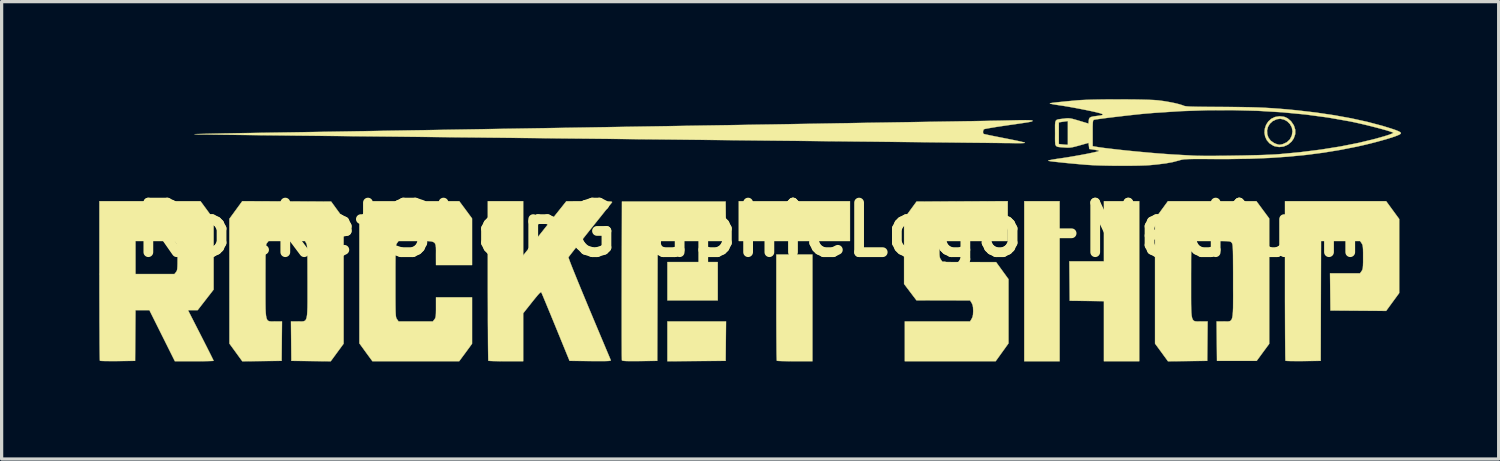
<source format=kicad_pcb>
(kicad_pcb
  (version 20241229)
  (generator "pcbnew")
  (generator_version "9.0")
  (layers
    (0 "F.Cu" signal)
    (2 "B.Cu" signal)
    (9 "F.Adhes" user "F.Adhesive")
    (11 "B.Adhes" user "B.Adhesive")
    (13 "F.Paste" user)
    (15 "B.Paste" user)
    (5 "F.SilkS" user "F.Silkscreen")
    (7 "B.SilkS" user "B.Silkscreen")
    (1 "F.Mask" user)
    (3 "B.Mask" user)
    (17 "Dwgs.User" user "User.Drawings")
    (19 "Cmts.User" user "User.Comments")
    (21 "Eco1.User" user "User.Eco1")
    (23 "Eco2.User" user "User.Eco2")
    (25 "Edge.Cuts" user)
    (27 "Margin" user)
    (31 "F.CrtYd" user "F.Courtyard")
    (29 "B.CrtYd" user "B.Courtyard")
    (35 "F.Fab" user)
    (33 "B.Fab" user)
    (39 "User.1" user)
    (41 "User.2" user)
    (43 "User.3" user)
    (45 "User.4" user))
  (footprint "RocketShopGraphicLogo-Medium"
    (layer "F.Cu")
    (at 19.979 4.011)
    (property "Reference" "RocketShopGraphicLogo-Medium" (at 0 0 0) (layer "F.SilkS") (effects (font (size 1.524 1.524) (thickness 0.3))))
    (attr through_hole)
    (fp_poly (pts (xy -0.97 2.171) (xy -2.517 2.171) (xy -2.517 0.993) (xy -0.97 0.993) (xy -0.97 2.171)) (stroke (width 0.01) (type solid)) (fill yes) (layer "F.SilkS"))
    (fp_poly (pts (xy -0.727 4.029) (xy -2.517 4.041) (xy -2.517 2.817) (xy -0.715 2.817) (xy -0.727 4.029)) (stroke (width 0.01) (type solid)) (fill yes) (layer "F.SilkS"))
    (fp_poly (pts (xy 3.094 0.346) (xy -0.323 0.346) (xy -0.323 -0.877) (xy 3.094 -0.877) (xy 3.094 0.346)) (stroke (width 0.01) (type solid)) (fill yes) (layer "F.SilkS"))
    (fp_poly (pts (xy 9.537 4.041) (xy 8.451 4.041) (xy 8.451 -0.877) (xy 9.537 -0.877) (xy 9.537 4.041)) (stroke (width 0.01) (type solid)) (fill yes) (layer "F.SilkS"))
    (fp_poly (pts (xy 11.984 4.041) (xy 10.899 4.041) (xy 10.899 2.195) (xy 10.374 2.188) (xy 9.848 2.182) (xy 9.842 1.576) (xy 9.836 0.97) (xy 10.899 0.97) (xy 10.899 -0.877) (xy 11.984 -0.877) (xy 11.984 4.041)) (stroke (width 0.01) (type solid)) (fill yes) (layer "F.SilkS"))
    (fp_poly (pts (xy 1.94 4.041) (xy 1.401 4.041) (xy 1.248 4.04) (xy 1.11 4.038) (xy 0.995 4.036) (xy 0.908 4.032) (xy 0.857 4.028) (xy 0.847 4.026) (xy 0.844 4) (xy 0.842 3.933) (xy 0.839 3.827) (xy 0.837 3.685) (xy 0.836 3.513) (xy 0.834 3.313) (xy 0.833 3.089) (xy 0.832 2.845) (xy 0.831 2.585) (xy 0.831 2.386) (xy 0.831 0.762) (xy 1.94 0.762) (xy 1.94 4.041)) (stroke (width 0.01) (type solid)) (fill yes) (layer "F.SilkS"))
    (fp_poly (pts (xy -0.715 0.346) (xy -2.817 0.346) (xy -2.829 4.029) (xy -3.366 4.036) (xy -3.546 4.037) (xy -3.684 4.037) (xy -3.786 4.035) (xy -3.855 4.03) (xy -3.896 4.024) (xy -3.914 4.015) (xy -3.915 4.012) (xy -3.916 3.986) (xy -3.917 3.916) (xy -3.919 3.806) (xy -3.919 3.659) (xy -3.92 3.479) (xy -3.921 3.267) (xy -3.921 3.028) (xy -3.921 2.764) (xy -3.921 2.478) (xy -3.921 2.174) (xy -3.92 1.854) (xy -3.92 1.559) (xy -3.914 -0.866) (xy -0.727 -0.866) (xy -0.715 0.346)) (stroke (width 0.01) (type solid)) (fill yes) (layer "F.SilkS"))
    (fp_poly (pts (xy 7.943 0.346) (xy 5.943 0.346) (xy 5.893 0.415) (xy 5.866 0.458) (xy 5.851 0.51) (xy 5.843 0.582) (xy 5.842 0.67) (xy 5.844 0.77) (xy 5.852 0.839) (xy 5.869 0.888) (xy 5.893 0.925) (xy 5.943 0.993) (xy 6.764 0.994) (xy 7.585 0.995) (xy 7.966 1.52) (xy 7.966 3.491) (xy 7.769 3.766) (xy 7.571 4.041) (xy 4.78 4.041) (xy 4.78 2.817) (xy 6.785 2.817) (xy 6.833 2.739) (xy 6.861 2.68) (xy 6.876 2.608) (xy 6.881 2.508) (xy 6.881 2.494) (xy 6.877 2.389) (xy 6.864 2.315) (xy 6.837 2.255) (xy 6.833 2.248) (xy 6.785 2.171) (xy 5.961 2.17) (xy 5.138 2.169) (xy 4.947 1.917) (xy 4.757 1.666) (xy 4.757 -0.341) (xy 5.14 -0.866) (xy 6.542 -0.872) (xy 7.943 -0.878) (xy 7.943 0.346)) (stroke (width 0.01) (type solid)) (fill yes) (layer "F.SilkS"))
    (fp_poly (pts (xy 19.974 -0.329) (xy 19.974 1.944) (xy 19.572 2.494) (xy 18.716 2.488) (xy 17.861 2.482) (xy 17.855 1.911) (xy 17.848 1.339) (xy 18.77 1.339) (xy 18.818 1.272) (xy 18.836 1.243) (xy 18.849 1.209) (xy 18.857 1.162) (xy 18.862 1.095) (xy 18.865 0.998) (xy 18.865 0.865) (xy 18.865 0.843) (xy 18.865 0.704) (xy 18.863 0.603) (xy 18.858 0.532) (xy 18.85 0.482) (xy 18.838 0.447) (xy 18.82 0.418) (xy 18.818 0.413) (xy 18.77 0.346) (xy 17.572 0.346) (xy 17.561 4.029) (xy 17.028 4.036) (xy 16.876 4.037) (xy 16.739 4.036) (xy 16.624 4.035) (xy 16.539 4.032) (xy 16.489 4.028) (xy 16.48 4.026) (xy 16.477 4.001) (xy 16.475 3.933) (xy 16.473 3.825) (xy 16.472 3.68) (xy 16.47 3.501) (xy 16.468 3.291) (xy 16.467 3.052) (xy 16.466 2.789) (xy 16.465 2.504) (xy 16.464 2.2) (xy 16.464 1.88) (xy 16.464 1.566) (xy 16.464 -0.877) (xy 19.573 -0.877) (xy 19.974 -0.329)) (stroke (width 0.01) (type solid)) (fill yes) (layer "F.SilkS"))
    (fp_poly (pts (xy 16.434 -3.473) (xy 16.543 -3.426) (xy 16.642 -3.341) (xy 16.653 -3.33) (xy 16.737 -3.206) (xy 16.779 -3.074) (xy 16.778 -2.939) (xy 16.733 -2.808) (xy 16.665 -2.709) (xy 16.554 -2.615) (xy 16.424 -2.559) (xy 16.285 -2.542) (xy 16.145 -2.567) (xy 16.104 -2.584) (xy 15.987 -2.658) (xy 15.904 -2.755) (xy 15.853 -2.867) (xy 15.834 -2.987) (xy 15.84 -3.05) (xy 15.913 -3.05) (xy 15.918 -2.937) (xy 15.955 -2.831) (xy 16.025 -2.737) (xy 16.128 -2.665) (xy 16.179 -2.643) (xy 16.247 -2.62) (xy 16.295 -2.612) (xy 16.344 -2.619) (xy 16.4 -2.633) (xy 16.521 -2.689) (xy 16.615 -2.778) (xy 16.674 -2.893) (xy 16.695 -3.025) (xy 16.674 -3.144) (xy 16.617 -3.248) (xy 16.533 -3.332) (xy 16.429 -3.388) (xy 16.315 -3.411) (xy 16.211 -3.397) (xy 16.089 -3.341) (xy 15.999 -3.259) (xy 15.94 -3.159) (xy 15.913 -3.05) (xy 15.84 -3.05) (xy 15.845 -3.108) (xy 15.884 -3.224) (xy 15.95 -3.326) (xy 16.041 -3.409) (xy 16.155 -3.465) (xy 16.292 -3.487) (xy 16.302 -3.487) (xy 16.434 -3.473)) (stroke (width 0.01) (type solid)) (fill yes) (layer "F.SilkS"))
    (fp_poly (pts (xy -8.717 -0.612) (xy -8.521 -0.346) (xy -8.521 1.085) (xy -9.629 1.085) (xy -9.63 0.768) (xy -9.629 0.642) (xy -9.631 0.543) (xy -9.64 0.47) (xy -9.661 0.417) (xy -9.699 0.382) (xy -9.759 0.36) (xy -9.848 0.35) (xy -9.969 0.346) (xy -10.127 0.346) (xy -10.249 0.346) (xy -10.78 0.346) (xy -10.828 0.413) (xy -10.839 0.43) (xy -10.848 0.449) (xy -10.856 0.475) (xy -10.862 0.511) (xy -10.866 0.562) (xy -10.87 0.631) (xy -10.872 0.724) (xy -10.874 0.843) (xy -10.875 0.994) (xy -10.876 1.179) (xy -10.876 1.404) (xy -10.876 1.582) (xy -10.876 1.836) (xy -10.876 2.048) (xy -10.875 2.222) (xy -10.874 2.362) (xy -10.872 2.472) (xy -10.869 2.557) (xy -10.865 2.62) (xy -10.86 2.666) (xy -10.854 2.698) (xy -10.845 2.721) (xy -10.836 2.739) (xy -10.828 2.75) (xy -10.78 2.817) (xy -9.725 2.817) (xy -9.677 2.756) (xy -9.657 2.727) (xy -9.644 2.692) (xy -9.635 2.643) (xy -9.631 2.571) (xy -9.629 2.466) (xy -9.629 2.387) (xy -9.629 2.078) (xy -8.521 2.078) (xy -8.521 3.501) (xy -8.594 3.603) (xy -8.644 3.671) (xy -8.709 3.76) (xy -8.777 3.852) (xy -8.793 3.873) (xy -8.917 4.041) (xy -11.583 4.041) (xy -11.784 3.766) (xy -11.984 3.491) (xy -11.984 -0.329) (xy -11.784 -0.603) (xy -11.583 -0.877) (xy -8.914 -0.877) (xy -8.717 -0.612)) (stroke (width 0.01) (type solid)) (fill yes) (layer "F.SilkS"))
    (fp_poly (pts (xy -16.665 -0.602) (xy -16.464 -0.327) (xy -16.464 1.839) (xy -16.955 2.471) (xy -17.252 2.471) (xy -16.858 3.242) (xy -16.769 3.417) (xy -16.687 3.578) (xy -16.615 3.721) (xy -16.554 3.842) (xy -16.507 3.937) (xy -16.476 4) (xy -16.464 4.027) (xy -16.464 4.027) (xy -16.486 4.031) (xy -16.548 4.034) (xy -16.644 4.037) (xy -16.768 4.039) (xy -16.914 4.041) (xy -17.059 4.041) (xy -17.654 4.041) (xy -18.438 2.471) (xy -18.865 2.471) (xy -18.877 4.029) (xy -19.409 4.036) (xy -19.562 4.037) (xy -19.699 4.036) (xy -19.813 4.035) (xy -19.898 4.032) (xy -19.948 4.028) (xy -19.958 4.026) (xy -19.96 4.001) (xy -19.962 3.933) (xy -19.964 3.825) (xy -19.966 3.68) (xy -19.968 3.501) (xy -19.969 3.291) (xy -19.97 3.052) (xy -19.972 2.789) (xy -19.972 2.504) (xy -19.973 2.2) (xy -19.974 1.88) (xy -19.974 1.566) (xy -19.974 0.346) (xy -18.865 0.346) (xy -18.865 1.362) (xy -17.668 1.362) (xy -17.62 1.302) (xy -17.602 1.275) (xy -17.589 1.245) (xy -17.581 1.202) (xy -17.576 1.138) (xy -17.573 1.047) (xy -17.572 0.921) (xy -17.572 0.861) (xy -17.573 0.718) (xy -17.575 0.613) (xy -17.579 0.54) (xy -17.586 0.488) (xy -17.597 0.452) (xy -17.613 0.423) (xy -17.62 0.413) (xy -17.668 0.346) (xy -18.865 0.346) (xy -19.974 0.346) (xy -19.974 -0.877) (xy -16.867 -0.877) (xy -16.665 -0.602)) (stroke (width 0.01) (type solid)) (fill yes) (layer "F.SilkS"))
    (fp_poly (pts (xy -14.217 -0.872) (xy -12.852 -0.866) (xy -12.661 -0.603) (xy -12.469 -0.341) (xy -12.469 3.502) (xy -12.865 4.042) (xy -13.47 4.036) (xy -14.074 4.029) (xy -14.086 2.817) (xy -13.88 2.817) (xy -13.813 2.818) (xy -13.757 2.819) (xy -13.711 2.816) (xy -13.673 2.805) (xy -13.643 2.783) (xy -13.62 2.746) (xy -13.603 2.691) (xy -13.591 2.614) (xy -13.584 2.511) (xy -13.579 2.379) (xy -13.577 2.214) (xy -13.577 2.012) (xy -13.577 1.77) (xy -13.577 1.588) (xy -13.578 1.331) (xy -13.578 1.116) (xy -13.579 0.939) (xy -13.58 0.797) (xy -13.583 0.684) (xy -13.586 0.597) (xy -13.59 0.532) (xy -13.595 0.485) (xy -13.602 0.452) (xy -13.61 0.428) (xy -13.617 0.413) (xy -13.657 0.346) (xy -14.775 0.346) (xy -14.823 0.407) (xy -14.834 0.422) (xy -14.843 0.44) (xy -14.85 0.464) (xy -14.856 0.499) (xy -14.861 0.548) (xy -14.865 0.616) (xy -14.867 0.707) (xy -14.869 0.824) (xy -14.87 0.973) (xy -14.87 1.156) (xy -14.871 1.378) (xy -14.871 1.582) (xy -14.871 1.853) (xy -14.871 2.081) (xy -14.87 2.27) (xy -14.868 2.424) (xy -14.862 2.547) (xy -14.853 2.641) (xy -14.84 2.711) (xy -14.821 2.76) (xy -14.796 2.791) (xy -14.764 2.809) (xy -14.724 2.817) (xy -14.674 2.819) (xy -14.615 2.818) (xy -14.568 2.817) (xy -14.362 2.817) (xy -14.374 4.029) (xy -14.978 4.036) (xy -15.582 4.042) (xy -15.978 3.498) (xy -15.979 -0.336) (xy -15.583 -0.878) (xy -14.217 -0.872)) (stroke (width 0.01) (type solid)) (fill yes) (layer "F.SilkS"))
    (fp_poly (pts (xy 15.782 -0.612) (xy 15.979 -0.346) (xy 15.979 3.505) (xy 15.786 3.767) (xy 15.594 4.029) (xy 14.374 4.029) (xy 14.362 2.817) (xy 14.566 2.817) (xy 14.633 2.818) (xy 14.689 2.819) (xy 14.736 2.817) (xy 14.774 2.807) (xy 14.804 2.786) (xy 14.827 2.751) (xy 14.844 2.697) (xy 14.856 2.622) (xy 14.864 2.521) (xy 14.869 2.392) (xy 14.87 2.23) (xy 14.871 2.032) (xy 14.87 1.794) (xy 14.87 1.58) (xy 14.87 1.322) (xy 14.869 1.106) (xy 14.868 0.928) (xy 14.867 0.785) (xy 14.865 0.672) (xy 14.862 0.585) (xy 14.858 0.52) (xy 14.853 0.473) (xy 14.847 0.441) (xy 14.839 0.42) (xy 14.83 0.404) (xy 14.826 0.398) (xy 14.811 0.382) (xy 14.793 0.37) (xy 14.767 0.36) (xy 14.725 0.354) (xy 14.664 0.35) (xy 14.575 0.348) (xy 14.455 0.347) (xy 14.296 0.346) (xy 14.228 0.346) (xy 13.673 0.346) (xy 13.625 0.407) (xy 13.614 0.422) (xy 13.605 0.44) (xy 13.598 0.464) (xy 13.592 0.499) (xy 13.587 0.548) (xy 13.583 0.616) (xy 13.581 0.707) (xy 13.579 0.825) (xy 13.578 0.974) (xy 13.578 1.158) (xy 13.577 1.381) (xy 13.577 1.576) (xy 13.577 1.847) (xy 13.577 2.076) (xy 13.578 2.266) (xy 13.581 2.421) (xy 13.586 2.544) (xy 13.595 2.639) (xy 13.609 2.709) (xy 13.628 2.758) (xy 13.653 2.79) (xy 13.685 2.809) (xy 13.726 2.817) (xy 13.775 2.819) (xy 13.834 2.818) (xy 13.88 2.817) (xy 14.086 2.817) (xy 14.074 4.029) (xy 13.471 4.036) (xy 12.868 4.042) (xy 12.669 3.77) (xy 12.47 3.498) (xy 12.47 1.582) (xy 12.47 -0.335) (xy 12.865 -0.877) (xy 15.586 -0.877) (xy 15.782 -0.612)) (stroke (width 0.01) (type solid)) (fill yes) (layer "F.SilkS"))
    (fp_poly (pts (xy -6.95 0.791) (xy -6.287 -0.042) (xy -5.623 -0.876) (xy -4.911 -0.877) (xy -4.705 -0.876) (xy -4.54 -0.875) (xy -4.414 -0.873) (xy -4.323 -0.87) (xy -4.262 -0.866) (xy -4.228 -0.86) (xy -4.216 -0.852) (xy -4.217 -0.849) (xy -4.235 -0.825) (xy -4.279 -0.769) (xy -4.345 -0.685) (xy -4.432 -0.576) (xy -4.535 -0.446) (xy -4.653 -0.299) (xy -4.782 -0.138) (xy -4.891 -0.002) (xy -5.026 0.167) (xy -5.152 0.326) (xy -5.266 0.47) (xy -5.366 0.596) (xy -5.448 0.701) (xy -5.509 0.78) (xy -5.547 0.83) (xy -5.558 0.846) (xy -5.551 0.874) (xy -5.527 0.942) (xy -5.486 1.05) (xy -5.429 1.195) (xy -5.355 1.378) (xy -5.267 1.595) (xy -5.164 1.845) (xy -5.047 2.127) (xy -4.917 2.44) (xy -4.774 2.781) (xy -4.619 3.15) (xy -4.463 3.521) (xy -4.405 3.659) (xy -4.353 3.782) (xy -4.309 3.886) (xy -4.277 3.963) (xy -4.258 4.006) (xy -4.256 4.012) (xy -4.261 4.021) (xy -4.286 4.028) (xy -4.337 4.033) (xy -4.418 4.036) (xy -4.531 4.037) (xy -4.683 4.037) (xy -4.876 4.036) (xy -4.884 4.036) (xy -5.524 4.029) (xy -5.945 3) (xy -6.03 2.793) (xy -6.11 2.598) (xy -6.184 2.42) (xy -6.249 2.263) (xy -6.304 2.131) (xy -6.347 2.028) (xy -6.376 1.96) (xy -6.389 1.93) (xy -6.389 1.93) (xy -6.401 1.921) (xy -6.421 1.928) (xy -6.453 1.956) (xy -6.501 2.008) (xy -6.568 2.089) (xy -6.659 2.201) (xy -6.681 2.229) (xy -6.95 2.568) (xy -6.95 4.041) (xy -7.478 4.041) (xy -7.629 4.04) (xy -7.765 4.038) (xy -7.879 4.036) (xy -7.963 4.032) (xy -8.011 4.028) (xy -8.02 4.026) (xy -8.022 4.001) (xy -8.024 3.933) (xy -8.026 3.825) (xy -8.028 3.68) (xy -8.03 3.501) (xy -8.031 3.291) (xy -8.032 3.052) (xy -8.034 2.789) (xy -8.034 2.504) (xy -8.035 2.2) (xy -8.036 1.88) (xy -8.036 1.566) (xy -8.036 -0.877) (xy -6.95 -0.877) (xy -6.95 0.791)) (stroke (width 0.01) (type solid)) (fill yes) (layer "F.SilkS"))
    (fp_poly (pts (xy 8.607 -3.366) (xy 8.677 -3.362) (xy 8.705 -3.354) (xy 8.705 -3.353) (xy 8.704 -3.344) (xy 8.699 -3.337) (xy 8.684 -3.33) (xy 8.656 -3.322) (xy 8.609 -3.312) (xy 8.54 -3.3) (xy 8.443 -3.285) (xy 8.315 -3.266) (xy 8.152 -3.242) (xy 7.947 -3.213) (xy 7.909 -3.207) (xy 7.737 -3.182) (xy 7.58 -3.158) (xy 7.443 -3.135) (xy 7.332 -3.116) (xy 7.254 -3.101) (xy 7.214 -3.09) (xy 7.21 -3.088) (xy 7.188 -3.05) (xy 7.182 -2.997) (xy 7.193 -2.954) (xy 7.202 -2.946) (xy 7.229 -2.938) (xy 7.295 -2.923) (xy 7.395 -2.902) (xy 7.521 -2.876) (xy 7.668 -2.847) (xy 7.819 -2.817) (xy 7.982 -2.785) (xy 8.131 -2.755) (xy 8.26 -2.728) (xy 8.363 -2.705) (xy 8.433 -2.688) (xy 8.463 -2.68) (xy 8.466 -2.67) (xy 8.423 -2.664) (xy 8.334 -2.661) (xy 8.267 -2.661) (xy 8.224 -2.661) (xy 8.137 -2.662) (xy 8.008 -2.664) (xy 7.838 -2.665) (xy 7.629 -2.668) (xy 7.383 -2.67) (xy 7.102 -2.673) (xy 6.789 -2.676) (xy 6.443 -2.68) (xy 6.069 -2.684) (xy 5.666 -2.688) (xy 5.238 -2.693) (xy 4.786 -2.697) (xy 4.312 -2.702) (xy 3.818 -2.708) (xy 3.305 -2.713) (xy 2.776 -2.719) (xy 2.232 -2.724) (xy 1.676 -2.73) (xy 1.108 -2.736) (xy 1.004 -2.737) (xy 0.234 -2.745) (xy -0.492 -2.753) (xy -1.177 -2.76) (xy -1.823 -2.767) (xy -2.431 -2.774) (xy -3.005 -2.78) (xy -3.545 -2.785) (xy -4.056 -2.791) (xy -4.538 -2.796) (xy -4.995 -2.801) (xy -5.428 -2.805) (xy -5.84 -2.809) (xy -6.233 -2.814) (xy -6.609 -2.818) (xy -6.97 -2.821) (xy -7.32 -2.825) (xy -7.659 -2.829) (xy -7.991 -2.832) (xy -8.317 -2.836) (xy -8.64 -2.839) (xy -8.962 -2.842) (xy -9.286 -2.846) (xy -9.613 -2.849) (xy -9.946 -2.853) (xy -10.287 -2.856) (xy -10.639 -2.86) (xy -11.003 -2.864) (xy -11.382 -2.868) (xy -11.779 -2.872) (xy -12.195 -2.876) (xy -12.632 -2.881) (xy -13.076 -2.885) (xy -13.5 -2.89) (xy -13.912 -2.894) (xy -14.309 -2.899) (xy -14.689 -2.903) (xy -15.049 -2.907) (xy -15.387 -2.911) (xy -15.701 -2.915) (xy -15.988 -2.919) (xy -16.246 -2.922) (xy -16.473 -2.925) (xy -16.666 -2.928) (xy -16.822 -2.931) (xy -16.94 -2.933) (xy -17.017 -2.935) (xy -17.051 -2.936) (xy -17.053 -2.936) (xy -17.032 -2.938) (xy -16.968 -2.941) (xy -16.865 -2.944) (xy -16.726 -2.947) (xy -16.555 -2.951) (xy -16.355 -2.955) (xy -16.13 -2.96) (xy -15.882 -2.964) (xy -15.616 -2.969) (xy -15.334 -2.973) (xy -15.234 -2.975) (xy -14.899 -2.98) (xy -14.527 -2.986) (xy -14.127 -2.992) (xy -13.708 -2.999) (xy -13.278 -3.006) (xy -12.847 -3.013) (xy -12.424 -3.02) (xy -12.017 -3.027) (xy -11.635 -3.033) (xy -11.407 -3.037) (xy -11.143 -3.042) (xy -10.835 -3.047) (xy -10.486 -3.053) (xy -10.097 -3.059) (xy -9.672 -3.066) (xy -9.212 -3.074) (xy -8.721 -3.082) (xy -8.199 -3.091) (xy -7.65 -3.1) (xy -7.075 -3.109) (xy -6.478 -3.119) (xy -5.861 -3.129) (xy -5.225 -3.139) (xy -4.574 -3.15) (xy -3.909 -3.161) (xy -3.233 -3.172) (xy -2.549 -3.183) (xy -1.858 -3.195) (xy -1.163 -3.206) (xy -0.466 -3.217) (xy 0.23 -3.229) (xy 0.439 -3.232) (xy 0.716 -3.236) (xy 1 -3.241) (xy 1.285 -3.246) (xy 1.562 -3.251) (xy 1.826 -3.255) (xy 2.069 -3.259) (xy 2.284 -3.263) (xy 2.463 -3.266) (xy 2.54 -3.267) (xy 2.722 -3.271) (xy 2.945 -3.274) (xy 3.204 -3.279) (xy 3.495 -3.284) (xy 3.812 -3.289) (xy 4.152 -3.294) (xy 4.508 -3.3) (xy 4.877 -3.306) (xy 5.253 -3.312) (xy 5.631 -3.318) (xy 6.007 -3.324) (xy 6.375 -3.33) (xy 6.731 -3.336) (xy 6.777 -3.336) (xy 6.998 -3.34) (xy 7.235 -3.344) (xy 7.475 -3.349) (xy 7.708 -3.353) (xy 7.921 -3.358) (xy 8.102 -3.362) (xy 8.134 -3.363) (xy 8.336 -3.367) (xy 8.493 -3.368) (xy 8.607 -3.366)) (stroke (width 0.01) (type solid)) (fill yes) (layer "F.SilkS"))
    (fp_poly (pts (xy 11.645 -4.005) (xy 11.868 -4.003) (xy 12.073 -3.999) (xy 12.257 -3.994) (xy 12.41 -3.988) (xy 12.528 -3.98) (xy 12.573 -3.976) (xy 12.744 -3.953) (xy 12.913 -3.924) (xy 13.07 -3.893) (xy 13.205 -3.86) (xy 13.309 -3.828) (xy 13.341 -3.815) (xy 13.366 -3.806) (xy 13.399 -3.799) (xy 13.443 -3.793) (xy 13.504 -3.788) (xy 13.586 -3.784) (xy 13.691 -3.781) (xy 13.826 -3.778) (xy 13.993 -3.777) (xy 14.197 -3.776) (xy 14.443 -3.775) (xy 14.501 -3.775) (xy 14.831 -3.773) (xy 15.123 -3.77) (xy 15.385 -3.765) (xy 15.625 -3.758) (xy 15.85 -3.748) (xy 16.07 -3.735) (xy 16.291 -3.719) (xy 16.522 -3.7) (xy 16.77 -3.676) (xy 16.833 -3.67) (xy 17.415 -3.602) (xy 17.972 -3.52) (xy 18.501 -3.424) (xy 18.996 -3.315) (xy 19.454 -3.194) (xy 19.711 -3.115) (xy 19.849 -3.069) (xy 19.945 -3.031) (xy 20.003 -3) (xy 20.026 -2.974) (xy 20.018 -2.95) (xy 19.981 -2.925) (xy 19.981 -2.925) (xy 19.903 -2.891) (xy 19.786 -2.85) (xy 19.639 -2.803) (xy 19.467 -2.753) (xy 19.279 -2.701) (xy 19.082 -2.65) (xy 18.882 -2.602) (xy 18.687 -2.558) (xy 18.669 -2.554) (xy 18.156 -2.453) (xy 17.636 -2.368) (xy 17.103 -2.299) (xy 16.552 -2.246) (xy 15.978 -2.207) (xy 15.373 -2.183) (xy 14.733 -2.173) (xy 14.351 -2.173) (xy 14.11 -2.174) (xy 13.911 -2.175) (xy 13.749 -2.175) (xy 13.618 -2.174) (xy 13.515 -2.172) (xy 13.434 -2.169) (xy 13.37 -2.165) (xy 13.32 -2.158) (xy 13.278 -2.15) (xy 13.239 -2.14) (xy 13.199 -2.128) (xy 13.197 -2.128) (xy 13.017 -2.08) (xy 12.796 -2.04) (xy 12.532 -2.007) (xy 12.324 -1.987) (xy 12.195 -1.979) (xy 12.03 -1.973) (xy 11.836 -1.969) (xy 11.622 -1.967) (xy 11.398 -1.967) (xy 11.172 -1.968) (xy 10.952 -1.972) (xy 10.748 -1.977) (xy 10.569 -1.984) (xy 10.483 -1.989) (xy 10.36 -1.997) (xy 10.215 -2.009) (xy 10.057 -2.023) (xy 9.891 -2.038) (xy 9.727 -2.054) (xy 9.572 -2.07) (xy 9.433 -2.085) (xy 9.318 -2.098) (xy 9.235 -2.11) (xy 9.193 -2.117) (xy 9.191 -2.126) (xy 9.234 -2.139) (xy 9.322 -2.156) (xy 9.454 -2.178) (xy 9.581 -2.196) (xy 9.734 -2.219) (xy 9.897 -2.246) (xy 10.063 -2.275) (xy 10.226 -2.304) (xy 10.378 -2.333) (xy 10.513 -2.361) (xy 10.624 -2.385) (xy 10.704 -2.405) (xy 10.746 -2.419) (xy 10.747 -2.42) (xy 10.739 -2.43) (xy 10.694 -2.443) (xy 10.622 -2.457) (xy 10.61 -2.459) (xy 10.449 -2.482) (xy 10.437 -2.577) (xy 10.426 -2.671) (xy 10.148 -2.592) (xy 10.026 -2.559) (xy 9.934 -2.537) (xy 9.859 -2.526) (xy 9.788 -2.523) (xy 9.707 -2.527) (xy 9.687 -2.529) (xy 9.584 -2.536) (xy 9.509 -2.543) (xy 9.457 -2.556) (xy 9.424 -2.582) (xy 9.406 -2.627) (xy 9.399 -2.698) (xy 9.397 -2.801) (xy 9.398 -2.943) (xy 9.398 -2.969) (xy 9.397 -3.116) (xy 9.397 -3.223) (xy 9.403 -3.298) (xy 9.404 -3.3) (xy 9.513 -3.3) (xy 9.513 -2.635) (xy 9.588 -2.626) (xy 9.664 -2.618) (xy 9.727 -2.613) (xy 9.791 -2.609) (xy 9.791 -2.968) (xy 10.553 -2.968) (xy 10.553 -2.568) (xy 10.628 -2.555) (xy 10.747 -2.535) (xy 10.906 -2.513) (xy 11.098 -2.49) (xy 11.315 -2.465) (xy 11.551 -2.439) (xy 11.8 -2.414) (xy 12.054 -2.39) (xy 12.307 -2.367) (xy 12.552 -2.346) (xy 12.783 -2.329) (xy 12.991 -2.314) (xy 13.081 -2.309) (xy 13.23 -2.301) (xy 13.373 -2.293) (xy 13.499 -2.286) (xy 13.6 -2.28) (xy 13.658 -2.277) (xy 13.757 -2.273) (xy 13.896 -2.271) (xy 14.067 -2.27) (xy 14.266 -2.27) (xy 14.484 -2.272) (xy 14.716 -2.274) (xy 14.954 -2.278) (xy 15.194 -2.282) (xy 15.427 -2.288) (xy 15.647 -2.293) (xy 15.848 -2.3) (xy 16.024 -2.307) (xy 16.167 -2.314) (xy 16.256 -2.32) (xy 16.93 -2.383) (xy 17.568 -2.463) (xy 18.168 -2.559) (xy 18.729 -2.67) (xy 19.248 -2.796) (xy 19.574 -2.89) (xy 19.669 -2.921) (xy 19.742 -2.949) (xy 19.787 -2.97) (xy 19.795 -2.98) (xy 19.76 -2.998) (xy 19.686 -3.024) (xy 19.579 -3.057) (xy 19.446 -3.094) (xy 19.293 -3.135) (xy 19.127 -3.178) (xy 18.953 -3.221) (xy 18.779 -3.262) (xy 18.61 -3.3) (xy 18.452 -3.333) (xy 18.45 -3.333) (xy 17.791 -3.449) (xy 17.097 -3.542) (xy 16.372 -3.611) (xy 15.621 -3.656) (xy 14.848 -3.676) (xy 14.058 -3.673) (xy 13.256 -3.645) (xy 12.445 -3.592) (xy 12.146 -3.567) (xy 12.024 -3.555) (xy 11.879 -3.54) (xy 11.717 -3.522) (xy 11.545 -3.503) (xy 11.369 -3.482) (xy 11.196 -3.462) (xy 11.032 -3.442) (xy 10.885 -3.423) (xy 10.76 -3.406) (xy 10.665 -3.393) (xy 10.607 -3.383) (xy 10.593 -3.38) (xy 10.578 -3.372) (xy 10.568 -3.353) (xy 10.56 -3.317) (xy 10.556 -3.257) (xy 10.553 -3.167) (xy 10.553 -3.04) (xy 10.553 -2.968) (xy 9.791 -2.968) (xy 9.791 -3.342) (xy 9.739 -3.334) (xy 9.68 -3.326) (xy 9.607 -3.315) (xy 9.6 -3.314) (xy 9.513 -3.3) (xy 9.404 -3.3) (xy 9.418 -3.347) (xy 9.446 -3.376) (xy 9.492 -3.392) (xy 9.559 -3.402) (xy 9.652 -3.413) (xy 9.672 -3.415) (xy 9.744 -3.424) (xy 9.804 -3.426) (xy 9.862 -3.421) (xy 9.931 -3.408) (xy 10.022 -3.383) (xy 10.134 -3.35) (xy 10.426 -3.262) (xy 10.433 -3.353) (xy 10.441 -3.405) (xy 10.462 -3.441) (xy 10.503 -3.465) (xy 10.573 -3.482) (xy 10.68 -3.497) (xy 10.691 -3.498) (xy 10.795 -3.512) (xy 10.854 -3.526) (xy 10.869 -3.542) (xy 10.841 -3.561) (xy 10.772 -3.584) (xy 10.76 -3.587) (xy 10.652 -3.614) (xy 10.508 -3.647) (xy 10.339 -3.682) (xy 10.156 -3.718) (xy 9.97 -3.753) (xy 9.79 -3.785) (xy 9.627 -3.812) (xy 9.542 -3.824) (xy 9.43 -3.841) (xy 9.336 -3.857) (xy 9.269 -3.87) (xy 9.238 -3.88) (xy 9.236 -3.881) (xy 9.243 -3.886) (xy 9.265 -3.892) (xy 9.308 -3.899) (xy 9.374 -3.907) (xy 9.469 -3.918) (xy 9.595 -3.931) (xy 9.757 -3.947) (xy 9.959 -3.966) (xy 10.079 -3.977) (xy 10.193 -3.985) (xy 10.343 -3.992) (xy 10.523 -3.998) (xy 10.727 -4.002) (xy 10.948 -4.005) (xy 11.179 -4.006) (xy 11.414 -4.006) (xy 11.645 -4.005)) (stroke (width 0.01) (type solid)) (fill yes) (layer "F.SilkS")))
  (gr_rect
    (start -3 -3)
    (end 43.01 11.058)
    (stroke (width 0.1) (type default))
    (fill no)
    (layer "Edge.Cuts")))
</source>
